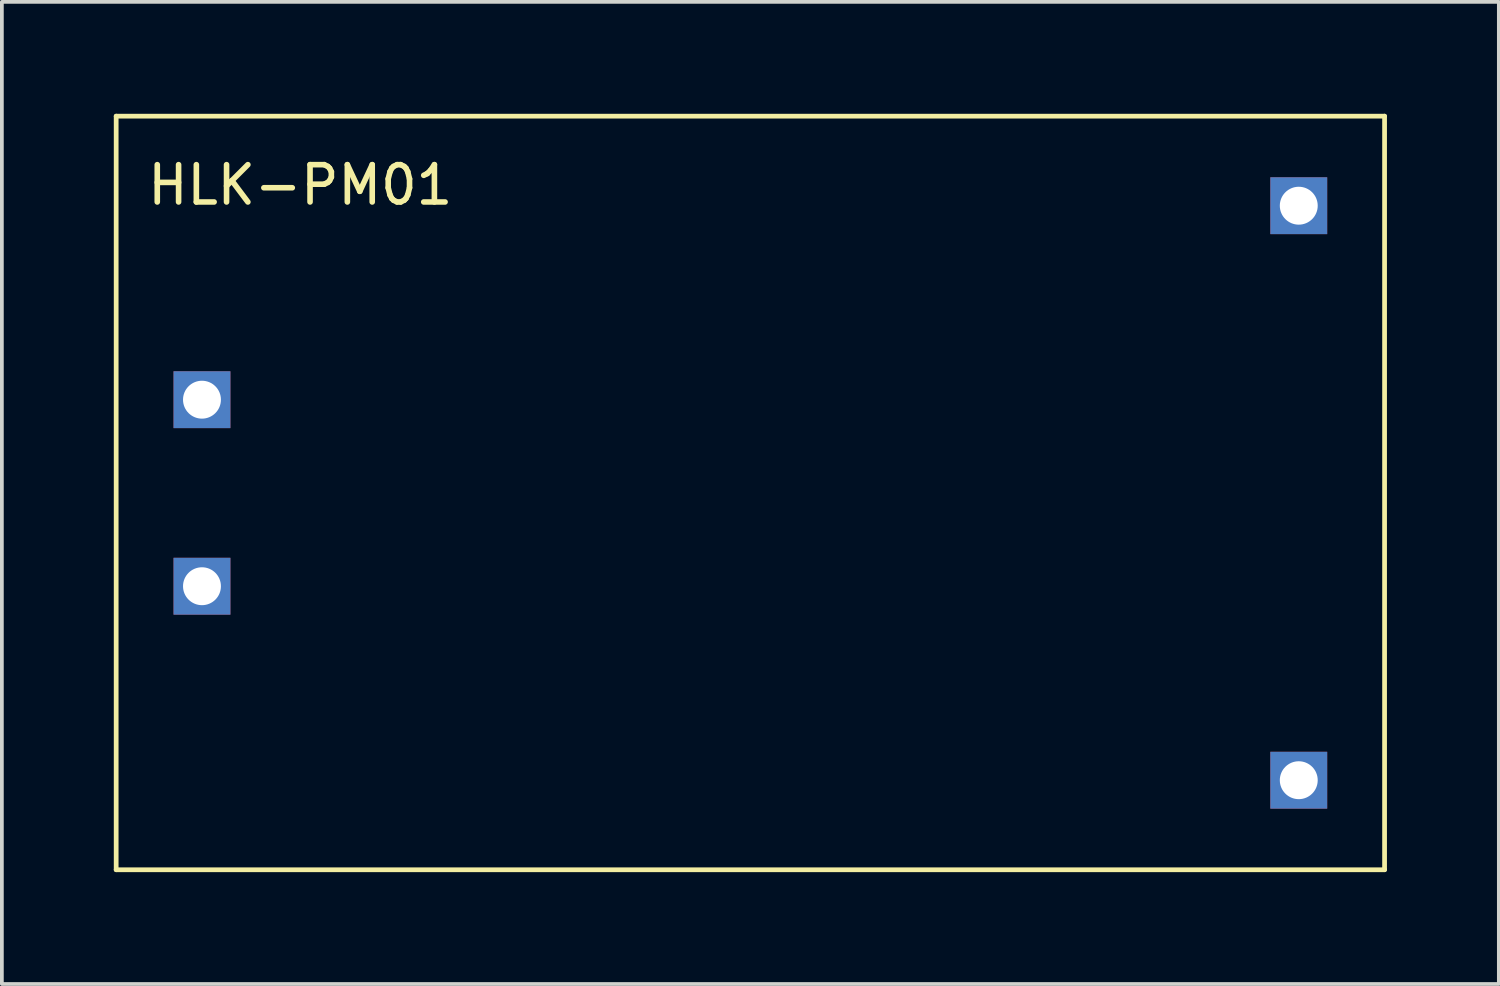
<source format=kicad_pcb>
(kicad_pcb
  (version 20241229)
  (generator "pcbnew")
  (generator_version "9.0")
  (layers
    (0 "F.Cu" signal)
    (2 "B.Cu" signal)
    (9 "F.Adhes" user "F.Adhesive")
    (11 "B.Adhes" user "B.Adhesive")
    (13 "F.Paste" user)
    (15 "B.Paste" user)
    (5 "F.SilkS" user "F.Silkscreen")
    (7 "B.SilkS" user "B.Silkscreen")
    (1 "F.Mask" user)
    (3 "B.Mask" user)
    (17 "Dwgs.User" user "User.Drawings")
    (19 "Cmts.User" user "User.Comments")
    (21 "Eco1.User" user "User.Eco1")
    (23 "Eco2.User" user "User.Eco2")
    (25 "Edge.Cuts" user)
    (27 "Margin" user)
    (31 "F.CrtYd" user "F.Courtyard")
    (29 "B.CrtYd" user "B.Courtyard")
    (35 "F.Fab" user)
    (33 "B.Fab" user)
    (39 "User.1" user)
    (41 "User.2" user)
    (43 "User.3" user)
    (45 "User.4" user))
  (footprint "HLK-PM01"
    (layer "F.Cu")
    (at 17.064 10.164)
    (property "Reference" "HLK-PM01" (at -12.065 -8.255 0) (layer "F.SilkS") (effects (font (size 1 1) (thickness 0.15))))
    (attr through_hole)
    (fp_line (start -17 -10.1) (end 17 -10.1) (stroke (width 0.127) (type solid)) (layer "F.SilkS"))
    (fp_line (start -17 10.1) (end -17 -10.1) (stroke (width 0.127) (type solid)) (layer "F.SilkS"))
    (fp_line (start 17 -10.1) (end 17 10.1) (stroke (width 0.127) (type solid)) (layer "F.SilkS"))
    (fp_line (start 17 10.1) (end -17 10.1) (stroke (width 0.127) (type solid)) (layer "F.SilkS"))
    (pad "P$1" thru_hole rect (at -14.7 -2.5) (size 1.524 1.524) (drill 1.016) (layers "*.Cu" "*.Mask"))
    (pad "P$2" thru_hole rect (at -14.7 2.5) (size 1.524 1.524) (drill 1.016) (layers "*.Cu" "*.Mask"))
    (pad "P$3" thru_hole rect (at 14.7 -7.7) (size 1.524 1.524) (drill 1.016) (layers "*.Cu" "*.Mask"))
    (pad "P$4" thru_hole rect (at 14.7 7.7) (size 1.524 1.524) (drill 1.016) (layers "*.Cu" "*.Mask")))
  (gr_rect
    (start -3 -3)
    (end 37.127 23.327)
    (stroke (width 0.1) (type default))
    (fill no)
    (layer "Edge.Cuts")))
</source>
